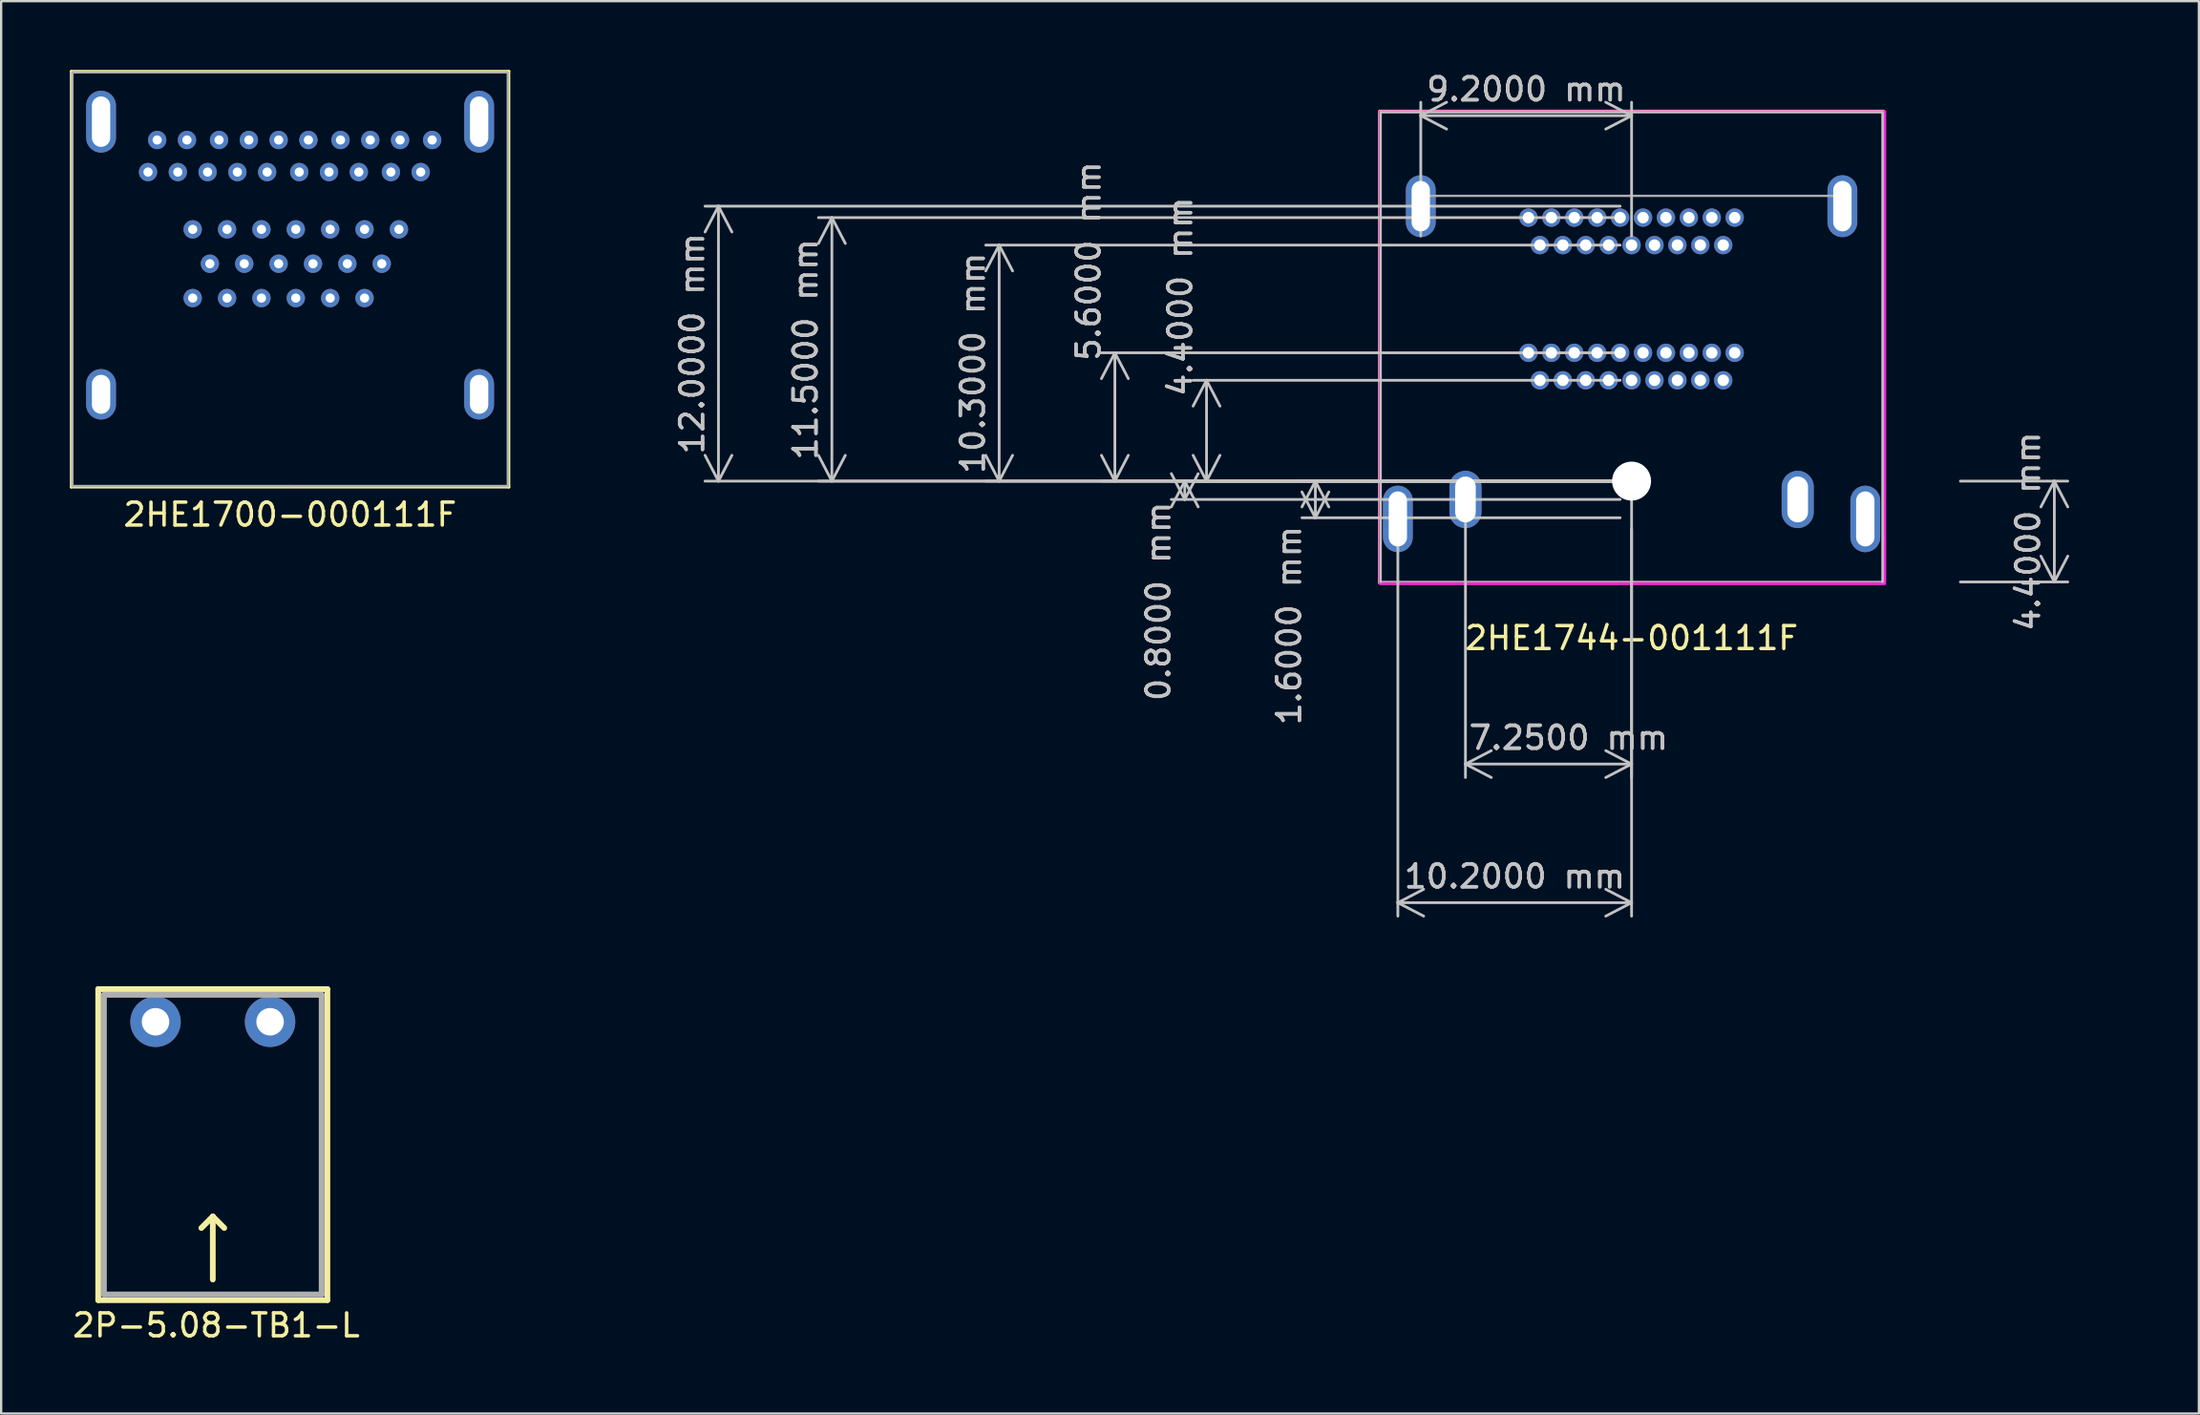
<source format=kicad_pcb>
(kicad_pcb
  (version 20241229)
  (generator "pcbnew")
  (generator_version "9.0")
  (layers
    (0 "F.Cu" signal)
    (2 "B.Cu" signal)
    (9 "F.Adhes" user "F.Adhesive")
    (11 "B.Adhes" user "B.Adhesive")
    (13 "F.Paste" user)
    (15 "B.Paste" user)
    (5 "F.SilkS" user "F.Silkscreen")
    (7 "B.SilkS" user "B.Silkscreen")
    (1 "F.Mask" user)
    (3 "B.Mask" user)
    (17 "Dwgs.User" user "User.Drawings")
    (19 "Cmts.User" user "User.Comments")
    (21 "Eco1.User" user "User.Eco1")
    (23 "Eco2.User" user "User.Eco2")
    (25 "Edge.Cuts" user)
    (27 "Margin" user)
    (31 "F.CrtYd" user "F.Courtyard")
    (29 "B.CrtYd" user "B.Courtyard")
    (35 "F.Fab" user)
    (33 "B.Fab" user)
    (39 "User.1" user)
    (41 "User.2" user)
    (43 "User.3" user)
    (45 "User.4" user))
  (footprint "2HE1744-001111F"
    (layer "F.Cu")
    (at 68.155 17.948)
    (property "Reference" "2HE1744-001111F" (at 0 6.85 0) (unlocked yes) (layer "F.SilkS") (effects (font (size 1 1) (thickness 0.15))))
    (attr through_hole)
    (fp_rect (start -11 -16.15) (end 11 4.45) (stroke (width 0.12) (type default)) (fill no) (layer "F.SilkS"))
    (fp_line (start -10.95 -16.1) (end 10.95 -16.1) (stroke (width 0.1) (type default)) (layer "Dwgs.User"))
    (fp_line (start -10.95 4.4) (end -10.95 -16.1) (stroke (width 0.1) (type solid)) (layer "Dwgs.User"))
    (fp_line (start 10.95 4.4) (end 10.95 -16.1) (stroke (width 0.1) (type solid)) (layer "Dwgs.User"))
    (fp_rect (start -10.975 -16.125) (end 11.05 4.475) (stroke (width 0.12) (type default)) (fill no) (layer "F.CrtYd"))
    (fp_line (start -9.5 -12.45) (end 9.5 -12.45) (stroke (width 0.1) (type default)) (layer "F.Fab"))
    (fp_line (start 0 4.4) (end -10.95 4.4) (stroke (width 0.1) (type default)) (layer "F.Fab"))
    (fp_line (start 10.95 4.4) (end 0 4.4) (stroke (width 0.1) (type default)) (layer "F.Fab"))
    (dimension (type aligned) (layer "Dwgs.User") (pts (xy 68.155 19.548) (xy 57.955 19.548)) (height -16.8) (format (prefix "") (suffix "") (units 3) (units_format 1) (precision 4)) (style (thickness 0.12) (arrow_length 1.27) (text_position_mode 0) (arrow_direction outward) (extension_height 0.586) (extension_offset 0.5) (keep_text_aligned yes)) (gr_text "10.2000 mm" (at 63.055 35.198 0) (layer "Dwgs.User") (effects (font (size 1 1) (thickness 0.15)))))
    (dimension (type aligned) (layer "Dwgs.User") (pts (xy 68.155 17.948) (xy 60.905 17.948)) (height -12.35) (format (prefix "") (suffix "") (units 3) (units_format 1) (precision 4)) (style (thickness 0.12) (arrow_length 1.27) (text_position_mode 2) (arrow_direction outward) (extension_height 0.586) (extension_offset 0.5) (keep_text_aligned yes)) (gr_text "7.2500 mm" (at 65.405 29.148 0) (layer "Dwgs.User") (effects (font (size 1 1) (thickness 0.15)))))
    (dimension (type aligned) (layer "Dwgs.User") (pts (xy 82.005 17.948) (xy 82.005 22.348)) (height -4.6) (format (prefix "") (suffix "") (units 3) (units_format 1) (precision 4)) (style (thickness 0.12) (arrow_length 1.27) (text_position_mode 0) (arrow_direction outward) (extension_height 0.586) (extension_offset 0.5) (keep_text_aligned yes)) (gr_text "4.4000 mm" (at 85.455 20.148 90) (layer "Dwgs.User") (effects (font (size 1 1) (thickness 0.15)))))
    (dimension (type aligned) (layer "Dwgs.User") (pts (xy 68.155 17.948) (xy 68.155 5.948)) (height -39.85) (format (prefix "") (suffix "") (units 3) (units_format 1) (precision 4)) (style (thickness 0.12) (arrow_length 1.27) (text_position_mode 0) (arrow_direction outward) (extension_height 0.586) (extension_offset 0.5) (keep_text_aligned yes)) (gr_text "12.0000 mm" (at 27.155 11.948 90) (layer "Dwgs.User") (effects (font (size 1 1) (thickness 0.15)))))
    (dimension (type aligned) (layer "Dwgs.User") (pts (xy 68.155 17.948) (xy 68.155 6.448)) (height -34.9) (format (prefix "") (suffix "") (units 3) (units_format 1) (precision 4)) (style (thickness 0.12) (arrow_length 1.27) (text_position_mode 0) (arrow_direction outward) (extension_height 0.586) (extension_offset 0.5) (keep_text_aligned yes)) (gr_text "11.5000 mm" (at 32.105 12.198 90) (layer "Dwgs.User") (effects (font (size 1 1) (thickness 0.15)))))
    (dimension (type aligned) (layer "Dwgs.User") (pts (xy 68.155 17.948) (xy 68.155 12.348)) (height -22.55) (format (prefix "") (suffix "") (units 3) (units_format 1) (precision 4)) (style (thickness 0.12) (arrow_length 1.27) (text_position_mode 2) (arrow_direction outward) (extension_height 0.586) (extension_offset 0.5) (keep_text_aligned yes)) (gr_text "5.6000 mm" (at 44.455 8.348 90) (layer "Dwgs.User") (effects (font (size 1 1) (thickness 0.15)))))
    (dimension (type aligned) (layer "Dwgs.User") (pts (xy 68.155 17.948) (xy 68.155 7.648)) (height -27.6) (format (prefix "") (suffix "") (units 3) (units_format 1) (precision 4)) (style (thickness 0.12) (arrow_length 1.27) (text_position_mode 0) (arrow_direction outward) (extension_height 0.586) (extension_offset 0.5) (keep_text_aligned yes)) (gr_text "10.3000 mm" (at 39.405 12.798 90) (layer "Dwgs.User") (effects (font (size 1 1) (thickness 0.15)))))
    (dimension (type aligned) (layer "Dwgs.User") (pts (xy 68.155 17.948) (xy 68.155 18.748)) (height 19.5) (format (prefix "") (suffix "") (units 3) (units_format 1) (precision 4)) (style (thickness 0.12) (arrow_length 1.27) (text_position_mode 2) (arrow_direction outward) (extension_height 0.586) (extension_offset 0.5) (keep_text_aligned yes)) (gr_text "0.8000 mm" (at 47.505 23.198 90) (layer "Dwgs.User") (effects (font (size 1 1) (thickness 0.15)))))
    (dimension (type aligned) (layer "Dwgs.User") (pts (xy 68.155 17.948) (xy 68.155 13.548)) (height -18.55) (format (prefix "") (suffix "") (units 3) (units_format 1) (precision 4)) (style (thickness 0.12) (arrow_length 1.27) (text_position_mode 2) (arrow_direction outward) (extension_height 0.586) (extension_offset 0.5) (keep_text_aligned yes)) (gr_text "4.4000 mm" (at 48.455 9.898 90) (layer "Dwgs.User") (effects (font (size 1 1) (thickness 0.15)))))
    (dimension (type aligned) (layer "Dwgs.User") (pts (xy 68.155 7.748) (xy 58.955 7.748)) (height 5.75) (format (prefix "") (suffix "") (units 3) (units_format 1) (precision 4)) (style (thickness 0.12) (arrow_length 1.27) (text_position_mode 0) (arrow_direction outward) (extension_height 0.586) (extension_offset 0.5) (keep_text_aligned yes)) (gr_text "9.2000 mm" (at 63.555 0.848 0) (layer "Dwgs.User") (effects (font (size 1 1) (thickness 0.15)))))
    (dimension (type aligned) (layer "Dwgs.User") (pts (xy 68.155 19.548) (xy 68.155 17.948)) (height -13.8) (format (prefix "") (suffix "") (units 3) (units_format 1) (precision 4)) (style (thickness 0.12) (arrow_length 1.27) (text_position_mode 2) (arrow_direction outward) (extension_height 0.586) (extension_offset 0.5) (keep_text_aligned yes)) (gr_text "1.6000 mm" (at 53.205 24.248 90) (layer "Dwgs.User") (effects (font (size 1 1) (thickness 0.15)))))
    (pad "" np_thru_hole circle (at 0 0 90) (size 1.7 1.7) (drill 1.7) (layers "*.Cu" "*.Mask"))
    (pad "1" thru_hole circle (at 4.5 -11.5) (size 0.8 0.8) (drill 0.5) (layers "*.Cu" "*.Mask"))
    (pad "2" thru_hole circle (at 4 -10.3) (size 0.8 0.8) (drill 0.5) (layers "*.Cu" "*.Mask"))
    (pad "3" thru_hole circle (at 3.5 -11.5) (size 0.8 0.8) (drill 0.5) (layers "*.Cu" "*.Mask"))
    (pad "4" thru_hole circle (at 3 -10.3) (size 0.8 0.8) (drill 0.5) (layers "*.Cu" "*.Mask"))
    (pad "5" thru_hole circle (at 2.5 -11.5) (size 0.8 0.8) (drill 0.5) (layers "*.Cu" "*.Mask"))
    (pad "6" thru_hole circle (at 2 -10.3) (size 0.8 0.8) (drill 0.5) (layers "*.Cu" "*.Mask"))
    (pad "7" thru_hole circle (at 1.5 -11.5) (size 0.8 0.8) (drill 0.5) (layers "*.Cu" "*.Mask"))
    (pad "8" thru_hole circle (at 1 -10.3) (size 0.8 0.8) (drill 0.5) (layers "*.Cu" "*.Mask"))
    (pad "9" thru_hole circle (at 0.5 -11.5) (size 0.8 0.8) (drill 0.5) (layers "*.Cu" "*.Mask"))
    (pad "10" thru_hole circle (at 0 -10.3) (size 0.8 0.8) (drill 0.5) (layers "*.Cu" "*.Mask"))
    (pad "11" thru_hole circle (at -0.5 -11.5) (size 0.8 0.8) (drill 0.5) (layers "*.Cu" "*.Mask"))
    (pad "12" thru_hole circle (at -1 -10.3) (size 0.8 0.8) (drill 0.5) (layers "*.Cu" "*.Mask"))
    (pad "13" thru_hole circle (at -1.5 -11.5) (size 0.8 0.8) (drill 0.5) (layers "*.Cu" "*.Mask"))
    (pad "14" thru_hole circle (at -2 -10.3) (size 0.8 0.8) (drill 0.5) (layers "*.Cu" "*.Mask"))
    (pad "15" thru_hole circle (at -2.5 -11.5) (size 0.8 0.8) (drill 0.5) (layers "*.Cu" "*.Mask"))
    (pad "16" thru_hole circle (at -3 -10.3) (size 0.8 0.8) (drill 0.5) (layers "*.Cu" "*.Mask"))
    (pad "17" thru_hole circle (at -3.5 -11.5) (size 0.8 0.8) (drill 0.5) (layers "*.Cu" "*.Mask"))
    (pad "18" thru_hole circle (at -4 -10.3) (size 0.8 0.8) (drill 0.5) (layers "*.Cu" "*.Mask"))
    (pad "19" thru_hole circle (at -4.5 -11.5) (size 0.8 0.8) (drill 0.5) (layers "*.Cu" "*.Mask"))
    (pad "20" thru_hole circle (at 4.5 -5.6) (size 0.8 0.8) (drill 0.5) (layers "*.Cu" "*.Mask"))
    (pad "21" thru_hole circle (at 4 -4.4) (size 0.8 0.8) (drill 0.5) (layers "*.Cu" "*.Mask"))
    (pad "22" thru_hole circle (at 3.5 -5.6) (size 0.8 0.8) (drill 0.5) (layers "*.Cu" "*.Mask"))
    (pad "23" thru_hole circle (at 3 -4.4) (size 0.8 0.8) (drill 0.5) (layers "*.Cu" "*.Mask"))
    (pad "24" thru_hole circle (at 2.5 -5.6) (size 0.8 0.8) (drill 0.5) (layers "*.Cu" "*.Mask"))
    (pad "25" thru_hole circle (at 2 -4.4) (size 0.8 0.8) (drill 0.5) (layers "*.Cu" "*.Mask"))
    (pad "26" thru_hole circle (at 1.5 -5.6) (size 0.8 0.8) (drill 0.5) (layers "*.Cu" "*.Mask"))
    (pad "27" thru_hole circle (at 1 -4.4) (size 0.8 0.8) (drill 0.5) (layers "*.Cu" "*.Mask"))
    (pad "28" thru_hole circle (at 0.5 -5.6) (size 0.8 0.8) (drill 0.5) (layers "*.Cu" "*.Mask"))
    (pad "29" thru_hole circle (at 0 -4.4) (size 0.8 0.8) (drill 0.5) (layers "*.Cu" "*.Mask"))
    (pad "30" thru_hole circle (at -0.5 -5.6) (size 0.8 0.8) (drill 0.5) (layers "*.Cu" "*.Mask"))
    (pad "31" thru_hole circle (at -1 -4.4) (size 0.8 0.8) (drill 0.5) (layers "*.Cu" "*.Mask"))
    (pad "32" thru_hole circle (at -1.5 -5.6) (size 0.8 0.8) (drill 0.5) (layers "*.Cu" "*.Mask"))
    (pad "33" thru_hole circle (at -2 -4.4) (size 0.8 0.8) (drill 0.5) (layers "*.Cu" "*.Mask"))
    (pad "34" thru_hole circle (at -2.5 -5.6) (size 0.8 0.8) (drill 0.5) (layers "*.Cu" "*.Mask"))
    (pad "35" thru_hole circle (at -3 -4.4) (size 0.8 0.8) (drill 0.5) (layers "*.Cu" "*.Mask"))
    (pad "36" thru_hole circle (at -3.5 -5.6) (size 0.8 0.8) (drill 0.5) (layers "*.Cu" "*.Mask"))
    (pad "37" thru_hole circle (at -4 -4.4) (size 0.8 0.8) (drill 0.5) (layers "*.Cu" "*.Mask"))
    (pad "38" thru_hole circle (at -4.5 -5.6) (size 0.8 0.8) (drill 0.5) (layers "*.Cu" "*.Mask"))
    (pad "40" thru_hole oval (at -9.2 -12) (size 1.3 2.7) (drill oval 0.8 2.2) (layers "*.Cu" "*.Mask"))
    (pad "40" thru_hole oval (at 9.2 -12) (size 1.3 2.7) (drill oval 0.8 2.2) (layers "*.Cu" "*.Mask"))
    (pad "41" thru_hole oval (at -7.25 0.8) (size 1.4 2.5) (drill oval 0.9 2) (layers "*.Cu" "*.Mask"))
    (pad "41" thru_hole oval (at 7.25 0.8) (size 1.4 2.5) (drill oval 0.9 2) (layers "*.Cu" "*.Mask"))
    (pad "42" thru_hole oval (at -10.2 1.65) (size 1.3 2.9) (drill oval 0.8 2.4) (layers "*.Cu" "*.Mask"))
    (pad "42" thru_hole oval (at 10.2 1.65) (size 1.3 2.9) (drill oval 0.8 2.4) (layers "*.Cu" "*.Mask")))
  (footprint "2HE1700-000111F"
    (layer "F.Cu")
    (at 9.61 14.16)
    (property "Reference" "2HE1700-000111F" (at 0 5.25 0) (unlocked yes) (layer "F.SilkS") (effects (font (size 1 1) (thickness 0.15))))
    (attr through_hole)
    (fp_line (start -9.55 -14.1) (end 9.55 -14.1) (stroke (width 0.12) (type default)) (layer "F.SilkS"))
    (fp_line (start -9.55 4.05) (end -9.55 -14.1) (stroke (width 0.12) (type default)) (layer "F.SilkS"))
    (fp_line (start 9.55 -14.1) (end 9.55 4.05) (stroke (width 0.12) (type default)) (layer "F.SilkS"))
    (fp_line (start 9.55 4.05) (end -9.55 4.05) (stroke (width 0.12) (type default)) (layer "F.SilkS"))
    (fp_line (start -9.5 -14.05) (end 9.5 -14.05) (stroke (width 0.1) (type default)) (layer "F.Fab"))
    (fp_line (start -9.5 4) (end -9.5 -14.05) (stroke (width 0.1) (type default)) (layer "F.Fab"))
    (fp_line (start -9.5 4) (end 0 4) (stroke (width 0.1) (type default)) (layer "F.Fab"))
    (fp_line (start 9.5 4) (end 0 4) (stroke (width 0.1) (type default)) (layer "F.Fab"))
    (fp_line (start 9.5 4) (end 9.5 -14.05) (stroke (width 0.1) (type default)) (layer "F.Fab"))
    (pad "1" thru_hole oval (at -8.25 -11.9) (size 1.3 2.7) (drill oval 0.8 2.2) (layers "*.Cu" "*.Mask"))
    (pad "1" thru_hole oval (at -8.25 0) (size 1.3 2.2) (drill oval 0.8 1.7) (layers "*.Cu" "*.Mask"))
    (pad "1" thru_hole circle (at 4.75 -7.2) (size 0.8 0.8) (drill 0.4) (layers "*.Cu" "*.Mask"))
    (pad "1" thru_hole oval (at 8.25 -11.9) (size 1.3 2.7) (drill oval 0.8 2.2) (layers "*.Cu" "*.Mask"))
    (pad "1" thru_hole oval (at 8.25 0) (size 1.3 2.2) (drill oval 0.8 1.7) (layers "*.Cu" "*.Mask"))
    (pad "2" thru_hole circle (at 4 -5.7) (size 0.8 0.8) (drill 0.4) (layers "*.Cu" "*.Mask"))
    (pad "3" thru_hole circle (at 3.25 -7.2) (size 0.8 0.8) (drill 0.4) (layers "*.Cu" "*.Mask"))
    (pad "4" thru_hole circle (at 3.25 -4.2) (size 0.8 0.8) (drill 0.4) (layers "*.Cu" "*.Mask"))
    (pad "5" thru_hole circle (at 2.5 -5.7) (size 0.8 0.8) (drill 0.4) (layers "*.Cu" "*.Mask"))
    (pad "6" thru_hole circle (at 1.75 -4.2) (size 0.8 0.8) (drill 0.4) (layers "*.Cu" "*.Mask"))
    (pad "7" thru_hole circle (at 1.75 -7.2) (size 0.8 0.8) (drill 0.4) (layers "*.Cu" "*.Mask"))
    (pad "8" thru_hole circle (at 1 -5.7) (size 0.8 0.8) (drill 0.4) (layers "*.Cu" "*.Mask"))
    (pad "9" thru_hole circle (at 0.25 -7.2) (size 0.8 0.8) (drill 0.4) (layers "*.Cu" "*.Mask"))
    (pad "10" thru_hole circle (at 0.25 -4.2) (size 0.8 0.8) (drill 0.4) (layers "*.Cu" "*.Mask"))
    (pad "11" thru_hole circle (at -0.5 -5.7) (size 0.8 0.8) (drill 0.4) (layers "*.Cu" "*.Mask"))
    (pad "12" thru_hole circle (at -1.25 -4.2) (size 0.8 0.8) (drill 0.4) (layers "*.Cu" "*.Mask"))
    (pad "13" thru_hole circle (at -1.25 -7.2) (size 0.8 0.8) (drill 0.4) (layers "*.Cu" "*.Mask"))
    (pad "14" thru_hole circle (at -2 -5.7) (size 0.8 0.8) (drill 0.4) (layers "*.Cu" "*.Mask"))
    (pad "15" thru_hole circle (at -2.75 -7.2) (size 0.8 0.8) (drill 0.4) (layers "*.Cu" "*.Mask"))
    (pad "16" thru_hole circle (at -2.75 -4.2) (size 0.8 0.8) (drill 0.4) (layers "*.Cu" "*.Mask"))
    (pad "17" thru_hole circle (at -3.5 -5.7) (size 0.8 0.8) (drill 0.4) (layers "*.Cu" "*.Mask"))
    (pad "18" thru_hole circle (at -4.25 -4.2) (size 0.8 0.8) (drill 0.4) (layers "*.Cu" "*.Mask"))
    (pad "19" thru_hole circle (at -4.25 -7.2) (size 0.8 0.8) (drill 0.4) (layers "*.Cu" "*.Mask"))
    (pad "20" thru_hole circle (at 6.2 -11.1) (size 0.8 0.8) (drill 0.4) (layers "*.Cu" "*.Mask"))
    (pad "21" thru_hole circle (at 5.7 -9.7) (size 0.8 0.8) (drill 0.4) (layers "*.Cu" "*.Mask"))
    (pad "22" thru_hole circle (at 4.8 -11.1) (size 0.8 0.8) (drill 0.4) (layers "*.Cu" "*.Mask"))
    (pad "23" thru_hole circle (at 4.4 -9.7) (size 0.8 0.8) (drill 0.4) (layers "*.Cu" "*.Mask"))
    (pad "24" thru_hole circle (at 3.5 -11.1) (size 0.8 0.8) (drill 0.4) (layers "*.Cu" "*.Mask"))
    (pad "25" thru_hole circle (at 3 -9.7) (size 0.8 0.8) (drill 0.4) (layers "*.Cu" "*.Mask"))
    (pad "26" thru_hole circle (at 2.2 -11.1) (size 0.8 0.8) (drill 0.4) (layers "*.Cu" "*.Mask"))
    (pad "27" thru_hole circle (at 1.7 -9.7) (size 0.8 0.8) (drill 0.4) (layers "*.Cu" "*.Mask"))
    (pad "28" thru_hole circle (at 0.8 -11.1) (size 0.8 0.8) (drill 0.4) (layers "*.Cu" "*.Mask"))
    (pad "29" thru_hole circle (at 0.4 -9.7) (size 0.8 0.8) (drill 0.4) (layers "*.Cu" "*.Mask"))
    (pad "30" thru_hole circle (at -0.5 -11.1) (size 0.8 0.8) (drill 0.4) (layers "*.Cu" "*.Mask"))
    (pad "31" thru_hole circle (at -1 -9.7) (size 0.8 0.8) (drill 0.4) (layers "*.Cu" "*.Mask"))
    (pad "32" thru_hole circle (at -1.8 -11.1) (size 0.8 0.8) (drill 0.4) (layers "*.Cu" "*.Mask"))
    (pad "33" thru_hole circle (at -2.3 -9.7) (size 0.8 0.8) (drill 0.4) (layers "*.Cu" "*.Mask"))
    (pad "34" thru_hole circle (at -3.1 -11.1) (size 0.8 0.8) (drill 0.4) (layers "*.Cu" "*.Mask"))
    (pad "35" thru_hole circle (at -3.6 -9.7) (size 0.8 0.8) (drill 0.4) (layers "*.Cu" "*.Mask"))
    (pad "36" thru_hole circle (at -4.5 -11.1) (size 0.8 0.8) (drill 0.4) (layers "*.Cu" "*.Mask"))
    (pad "37" thru_hole circle (at -4.9 -9.7) (size 0.8 0.8) (drill 0.4) (layers "*.Cu" "*.Mask"))
    (pad "38" thru_hole circle (at -5.8 -11.1) (size 0.8 0.8) (drill 0.4) (layers "*.Cu" "*.Mask"))
    (pad "39" thru_hole circle (at -6.2 -9.7) (size 0.8 0.8) (drill 0.4) (layers "*.Cu" "*.Mask")))
  (footprint "2P-5.08-TB1-L"
    (layer "F.Cu")
    (at 6.237 41.545)
    (property "Reference" "2P-5.08-TB1-L" (at 0.15 13.25 0) (layer "F.SilkS") (effects (font (size 1 1) (thickness 0.15))))
    (attr through_hole)
    (fp_line (start -5 -1.425) (end -5 12.15) (stroke (width 0.25) (type solid)) (layer "F.SilkS"))
    (fp_line (start -5 12.15) (end 5 12.15) (stroke (width 0.25) (type solid)) (layer "F.SilkS"))
    (fp_line (start 0 8.5) (end -0.5 9) (stroke (width 0.25) (type solid)) (layer "F.SilkS"))
    (fp_line (start 0 8.5) (end 0.5 9) (stroke (width 0.25) (type solid)) (layer "F.SilkS"))
    (fp_line (start 0 11.25) (end 0 8.5) (stroke (width 0.25) (type solid)) (layer "F.SilkS"))
    (fp_line (start 5 -1.425) (end -5 -1.425) (stroke (width 0.25) (type solid)) (layer "F.SilkS"))
    (fp_line (start 5 12.15) (end 5 -1.425) (stroke (width 0.25) (type solid)) (layer "F.SilkS"))
    (fp_line (start -4.75 -1.175) (end -4.75 11.9) (stroke (width 0.25) (type solid)) (layer "F.Fab"))
    (fp_line (start -4.75 11.9) (end 4.75 11.9) (stroke (width 0.25) (type solid)) (layer "F.Fab"))
    (fp_line (start 4.75 -1.175) (end -4.75 -1.175) (stroke (width 0.25) (type solid)) (layer "F.Fab"))
    (fp_line (start 4.75 11.9) (end 4.75 -1.175) (stroke (width 0.25) (type solid)) (layer "F.Fab"))
    (pad "1" thru_hole circle (at -2.5 0) (size 2.2 2.2) (drill 1.2) (layers "*.Cu" "*.Paste" "*.Mask"))
    (pad "2" thru_hole circle (at 2.5 0) (size 2.2 2.2) (drill 1.2) (layers "*.Cu" "*.Paste" "*.Mask")))
  (gr_rect
    (start -3 -3)
    (end 92.913 58.643)
    (stroke (width 0.1) (type default))
    (fill no)
    (layer "Edge.Cuts")))
</source>
